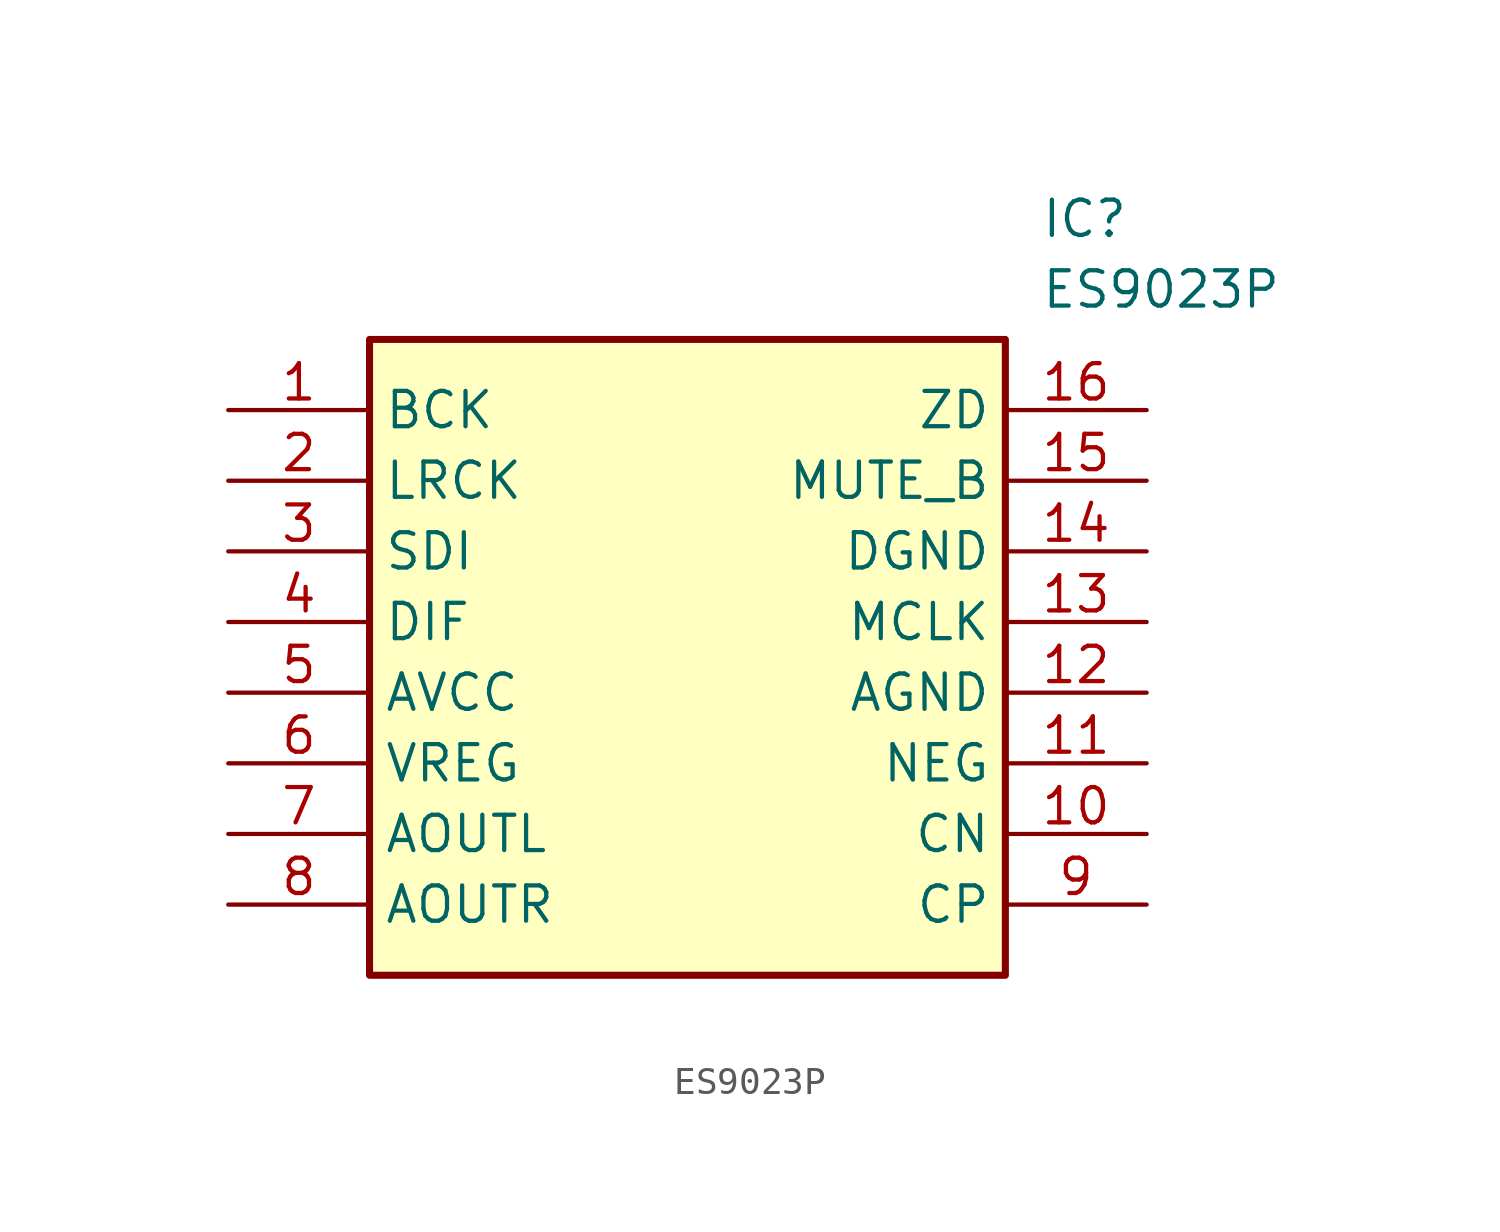
<source format=kicad_sym>
(kicad_symbol_lib
  (version 20211014)
  (generator SamacSys_ECAD_Model)
  (symbol "ES9023P"
    (property "Reference" "IC"
      (at 29.21 7.62 0)
      (effects (font (size 1.27 1.27)) (justify left top)))
    (property "Value" "ES9023P"
      (at 29.21 5.08 0)
      (effects (font (size 1.27 1.27)) (justify left top)))
    (rectangle
      (start 5.08 2.54)
      (end 27.94 -20.32)
      (stroke (width 0.254) (type default))
      (fill (type background)))
    (pin passive line
      (at 0 0 0)
      (length 5.08)
      (name "BCK" (effects (font (size 1.27 1.27))))
      (number "1" (effects (font (size 1.27 1.27)))))
    (pin passive line
      (at 0 -2.54 0)
      (length 5.08)
      (name "LRCK" (effects (font (size 1.27 1.27))))
      (number "2" (effects (font (size 1.27 1.27)))))
    (pin passive line
      (at 0 -5.08 0)
      (length 5.08)
      (name "SDI" (effects (font (size 1.27 1.27))))
      (number "3" (effects (font (size 1.27 1.27)))))
    (pin passive line
      (at 0 -7.62 0)
      (length 5.08)
      (name "DIF" (effects (font (size 1.27 1.27))))
      (number "4" (effects (font (size 1.27 1.27)))))
    (pin passive line
      (at 0 -10.16 0)
      (length 5.08)
      (name "AVCC" (effects (font (size 1.27 1.27))))
      (number "5" (effects (font (size 1.27 1.27)))))
    (pin passive line
      (at 0 -12.7 0)
      (length 5.08)
      (name "VREG" (effects (font (size 1.27 1.27))))
      (number "6" (effects (font (size 1.27 1.27)))))
    (pin passive line
      (at 0 -15.24 0)
      (length 5.08)
      (name "AOUTL" (effects (font (size 1.27 1.27))))
      (number "7" (effects (font (size 1.27 1.27)))))
    (pin passive line
      (at 0 -17.78 0)
      (length 5.08)
      (name "AOUTR" (effects (font (size 1.27 1.27))))
      (number "8" (effects (font (size 1.27 1.27)))))
    (pin passive line
      (at 33.02 0 180)
      (length 5.08)
      (name "ZD" (effects (font (size 1.27 1.27))))
      (number "16" (effects (font (size 1.27 1.27)))))
    (pin passive line
      (at 33.02 -2.54 180)
      (length 5.08)
      (name "MUTE_B" (effects (font (size 1.27 1.27))))
      (number "15" (effects (font (size 1.27 1.27)))))
    (pin passive line
      (at 33.02 -5.08 180)
      (length 5.08)
      (name "DGND" (effects (font (size 1.27 1.27))))
      (number "14" (effects (font (size 1.27 1.27)))))
    (pin passive line
      (at 33.02 -7.62 180)
      (length 5.08)
      (name "MCLK" (effects (font (size 1.27 1.27))))
      (number "13" (effects (font (size 1.27 1.27)))))
    (pin passive line
      (at 33.02 -10.16 180)
      (length 5.08)
      (name "AGND" (effects (font (size 1.27 1.27))))
      (number "12" (effects (font (size 1.27 1.27)))))
    (pin passive line
      (at 33.02 -12.7 180)
      (length 5.08)
      (name "NEG" (effects (font (size 1.27 1.27))))
      (number "11" (effects (font (size 1.27 1.27)))))
    (pin passive line
      (at 33.02 -15.24 180)
      (length 5.08)
      (name "CN" (effects (font (size 1.27 1.27))))
      (number "10" (effects (font (size 1.27 1.27)))))
    (pin passive line
      (at 33.02 -17.78 180)
      (length 5.08)
      (name "CP" (effects (font (size 1.27 1.27))))
      (number "9" (effects (font (size 1.27 1.27)))))))
</source>
